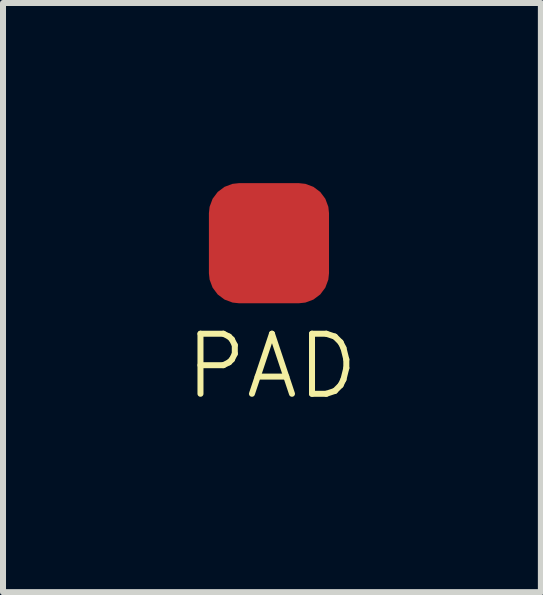
<source format=kicad_pcb>
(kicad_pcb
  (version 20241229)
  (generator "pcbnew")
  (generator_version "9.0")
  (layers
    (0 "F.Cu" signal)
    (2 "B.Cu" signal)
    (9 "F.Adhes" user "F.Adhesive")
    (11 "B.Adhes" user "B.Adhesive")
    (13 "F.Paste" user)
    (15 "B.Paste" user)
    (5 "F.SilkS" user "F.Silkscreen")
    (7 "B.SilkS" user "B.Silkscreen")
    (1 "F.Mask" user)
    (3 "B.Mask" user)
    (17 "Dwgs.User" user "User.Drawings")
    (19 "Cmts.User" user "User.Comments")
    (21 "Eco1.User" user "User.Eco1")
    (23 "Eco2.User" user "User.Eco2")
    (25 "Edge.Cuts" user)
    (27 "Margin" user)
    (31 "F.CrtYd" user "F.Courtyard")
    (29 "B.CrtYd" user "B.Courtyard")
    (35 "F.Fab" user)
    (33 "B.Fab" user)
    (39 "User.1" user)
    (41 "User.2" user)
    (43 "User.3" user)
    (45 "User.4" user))
  (footprint "PAD"
    (layer "F.Cu")
    (at 1.479 3.55)
    (property "Reference" "PAD" (at 0 -0.5 0) (unlocked yes) (layer "F.SilkS") (effects (font (size 1 1) (thickness 0.1))))
    (attr smd)
    (pad "1" smd roundrect (at -0.05 -2.55) (size 2 2) (layers "F.Cu" "F.Mask" "F.Paste") (roundrect_rratio 0.25)))
  (gr_rect
    (start -3 -3)
    (end 5.957 6.811)
    (stroke (width 0.1) (type default))
    (fill no)
    (layer "Edge.Cuts")))
</source>
